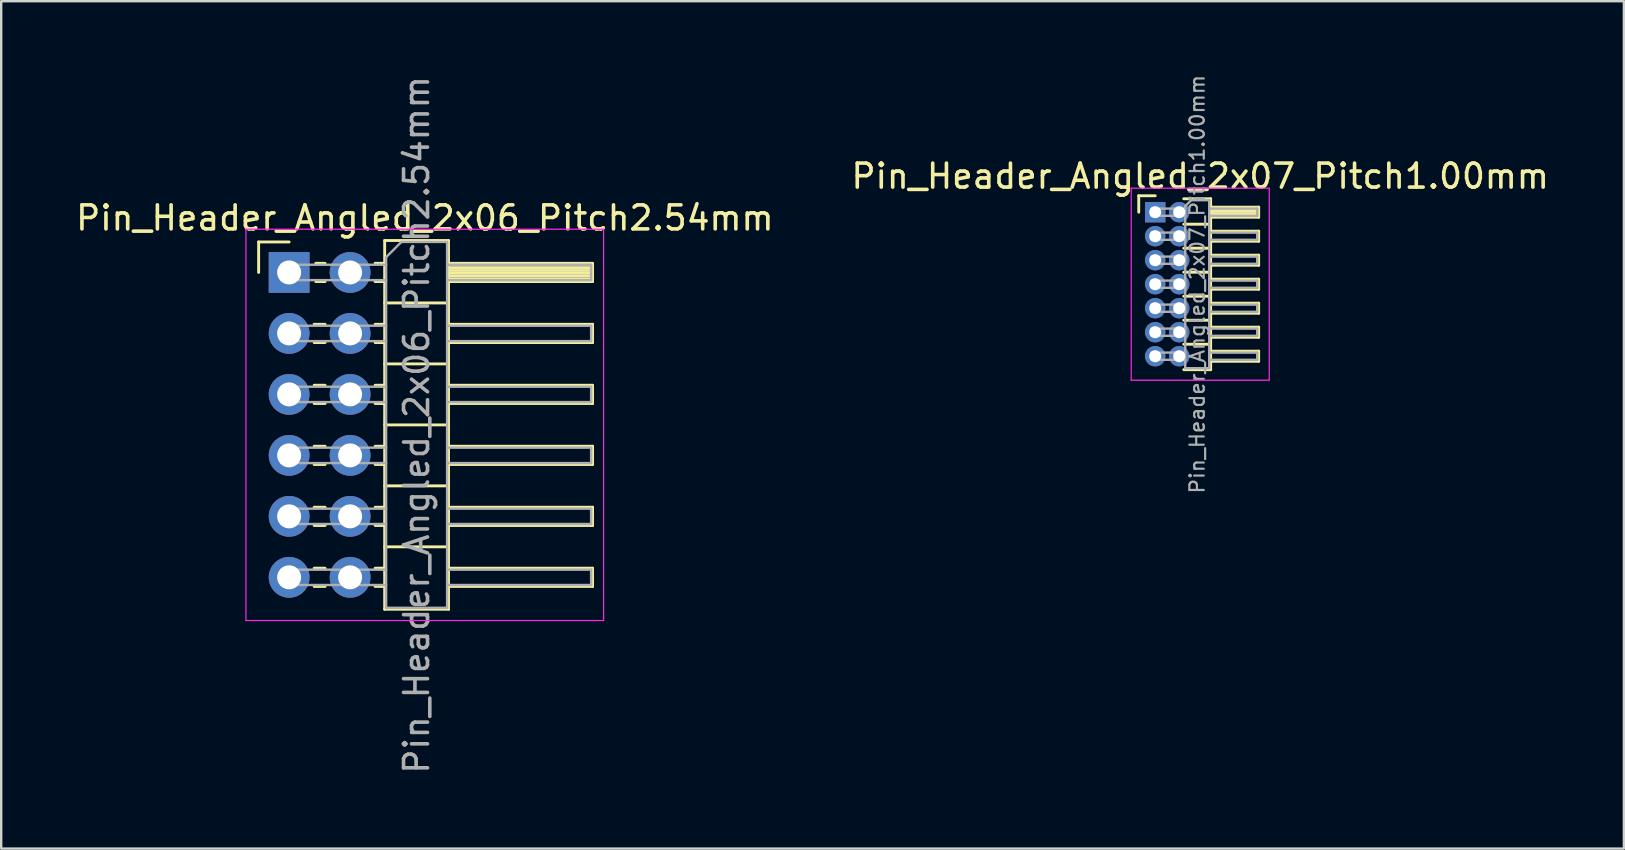
<source format=kicad_pcb>
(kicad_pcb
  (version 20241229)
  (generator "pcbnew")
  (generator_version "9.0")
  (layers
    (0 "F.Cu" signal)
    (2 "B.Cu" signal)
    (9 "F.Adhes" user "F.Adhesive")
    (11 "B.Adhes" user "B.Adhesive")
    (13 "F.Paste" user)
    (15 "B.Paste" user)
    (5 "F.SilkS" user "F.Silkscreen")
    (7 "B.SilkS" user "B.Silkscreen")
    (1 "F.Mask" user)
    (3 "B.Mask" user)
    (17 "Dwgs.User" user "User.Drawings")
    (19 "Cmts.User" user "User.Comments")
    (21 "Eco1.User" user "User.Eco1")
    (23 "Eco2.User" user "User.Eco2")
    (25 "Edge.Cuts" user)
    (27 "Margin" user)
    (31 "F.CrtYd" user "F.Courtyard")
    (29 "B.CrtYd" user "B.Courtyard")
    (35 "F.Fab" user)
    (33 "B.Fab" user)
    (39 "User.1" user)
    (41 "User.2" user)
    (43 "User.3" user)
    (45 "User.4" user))
  (footprint "Pin_Header_Angled_2x07_Pitch1.00mm"
    (layer "F.Cu")
    (at 45.071 5.789)
    (property "Reference" "Pin_Header_Angled_2x07_Pitch1.00mm" (at 1.875 -1.5 0) (layer "F.SilkS") (effects (font (size 1 1) (thickness 0.15))))
    (attr through_hole)
    (fp_line (start -0.685 -0.685) (end 0 -0.685) (stroke (width 0.12) (type solid)) (layer "F.SilkS"))
    (fp_line (start -0.685 0) (end -0.685 -0.685) (stroke (width 0.12) (type solid)) (layer "F.SilkS"))
    (fp_line (start 1.19 -0.56) (end 2.31 -0.56) (stroke (width 0.12) (type solid)) (layer "F.SilkS"))
    (fp_line (start 1.19 0.5) (end 2.31 0.5) (stroke (width 0.12) (type solid)) (layer "F.SilkS"))
    (fp_line (start 1.19 1.5) (end 2.31 1.5) (stroke (width 0.12) (type solid)) (layer "F.SilkS"))
    (fp_line (start 1.19 2.5) (end 2.31 2.5) (stroke (width 0.12) (type solid)) (layer "F.SilkS"))
    (fp_line (start 1.19 3.5) (end 2.31 3.5) (stroke (width 0.12) (type solid)) (layer "F.SilkS"))
    (fp_line (start 1.19 4.5) (end 2.31 4.5) (stroke (width 0.12) (type solid)) (layer "F.SilkS"))
    (fp_line (start 1.19 5.5) (end 2.31 5.5) (stroke (width 0.12) (type solid)) (layer "F.SilkS"))
    (fp_line (start 2.31 -0.56) (end 2.31 6.56) (stroke (width 0.12) (type solid)) (layer "F.SilkS"))
    (fp_line (start 2.31 -0.21) (end 4.31 -0.21) (stroke (width 0.12) (type solid)) (layer "F.SilkS"))
    (fp_line (start 2.31 -0.15) (end 4.31 -0.15) (stroke (width 0.12) (type solid)) (layer "F.SilkS"))
    (fp_line (start 2.31 -0.03) (end 4.31 -0.03) (stroke (width 0.12) (type solid)) (layer "F.SilkS"))
    (fp_line (start 2.31 0.09) (end 4.31 0.09) (stroke (width 0.12) (type solid)) (layer "F.SilkS"))
    (fp_line (start 2.31 0.79) (end 4.31 0.79) (stroke (width 0.12) (type solid)) (layer "F.SilkS"))
    (fp_line (start 2.31 1.79) (end 4.31 1.79) (stroke (width 0.12) (type solid)) (layer "F.SilkS"))
    (fp_line (start 2.31 2.79) (end 4.31 2.79) (stroke (width 0.12) (type solid)) (layer "F.SilkS"))
    (fp_line (start 2.31 3.79) (end 4.31 3.79) (stroke (width 0.12) (type solid)) (layer "F.SilkS"))
    (fp_line (start 2.31 4.79) (end 4.31 4.79) (stroke (width 0.12) (type solid)) (layer "F.SilkS"))
    (fp_line (start 2.31 5.79) (end 4.31 5.79) (stroke (width 0.12) (type solid)) (layer "F.SilkS"))
    (fp_line (start 2.31 6.56) (end 1.19 6.56) (stroke (width 0.12) (type solid)) (layer "F.SilkS"))
    (fp_line (start 4.31 -0.21) (end 4.31 0.21) (stroke (width 0.12) (type solid)) (layer "F.SilkS"))
    (fp_line (start 4.31 0.21) (end 2.31 0.21) (stroke (width 0.12) (type solid)) (layer "F.SilkS"))
    (fp_line (start 4.31 0.79) (end 4.31 1.21) (stroke (width 0.12) (type solid)) (layer "F.SilkS"))
    (fp_line (start 4.31 1.21) (end 2.31 1.21) (stroke (width 0.12) (type solid)) (layer "F.SilkS"))
    (fp_line (start 4.31 1.79) (end 4.31 2.21) (stroke (width 0.12) (type solid)) (layer "F.SilkS"))
    (fp_line (start 4.31 2.21) (end 2.31 2.21) (stroke (width 0.12) (type solid)) (layer "F.SilkS"))
    (fp_line (start 4.31 2.79) (end 4.31 3.21) (stroke (width 0.12) (type solid)) (layer "F.SilkS"))
    (fp_line (start 4.31 3.21) (end 2.31 3.21) (stroke (width 0.12) (type solid)) (layer "F.SilkS"))
    (fp_line (start 4.31 3.79) (end 4.31 4.21) (stroke (width 0.12) (type solid)) (layer "F.SilkS"))
    (fp_line (start 4.31 4.21) (end 2.31 4.21) (stroke (width 0.12) (type solid)) (layer "F.SilkS"))
    (fp_line (start 4.31 4.79) (end 4.31 5.21) (stroke (width 0.12) (type solid)) (layer "F.SilkS"))
    (fp_line (start 4.31 5.21) (end 2.31 5.21) (stroke (width 0.12) (type solid)) (layer "F.SilkS"))
    (fp_line (start 4.31 5.79) (end 4.31 6.21) (stroke (width 0.12) (type solid)) (layer "F.SilkS"))
    (fp_line (start 4.31 6.21) (end 2.31 6.21) (stroke (width 0.12) (type solid)) (layer "F.SilkS"))
    (fp_line (start -1 -1) (end -1 7) (stroke (width 0.05) (type solid)) (layer "F.CrtYd"))
    (fp_line (start -1 7) (end 4.75 7) (stroke (width 0.05) (type solid)) (layer "F.CrtYd"))
    (fp_line (start 4.75 -1) (end -1 -1) (stroke (width 0.05) (type solid)) (layer "F.CrtYd"))
    (fp_line (start 4.75 7) (end 4.75 -1) (stroke (width 0.05) (type solid)) (layer "F.CrtYd"))
    (fp_line (start -0.15 -0.15) (end -0.15 0.15) (stroke (width 0.1) (type solid)) (layer "F.Fab"))
    (fp_line (start -0.15 -0.15) (end 1.25 -0.15) (stroke (width 0.1) (type solid)) (layer "F.Fab"))
    (fp_line (start -0.15 0.15) (end 1.25 0.15) (stroke (width 0.1) (type solid)) (layer "F.Fab"))
    (fp_line (start -0.15 0.85) (end -0.15 1.15) (stroke (width 0.1) (type solid)) (layer "F.Fab"))
    (fp_line (start -0.15 0.85) (end 1.25 0.85) (stroke (width 0.1) (type solid)) (layer "F.Fab"))
    (fp_line (start -0.15 1.15) (end 1.25 1.15) (stroke (width 0.1) (type solid)) (layer "F.Fab"))
    (fp_line (start -0.15 1.85) (end -0.15 2.15) (stroke (width 0.1) (type solid)) (layer "F.Fab"))
    (fp_line (start -0.15 1.85) (end 1.25 1.85) (stroke (width 0.1) (type solid)) (layer "F.Fab"))
    (fp_line (start -0.15 2.15) (end 1.25 2.15) (stroke (width 0.1) (type solid)) (layer "F.Fab"))
    (fp_line (start -0.15 2.85) (end -0.15 3.15) (stroke (width 0.1) (type solid)) (layer "F.Fab"))
    (fp_line (start -0.15 2.85) (end 1.25 2.85) (stroke (width 0.1) (type solid)) (layer "F.Fab"))
    (fp_line (start -0.15 3.15) (end 1.25 3.15) (stroke (width 0.1) (type solid)) (layer "F.Fab"))
    (fp_line (start -0.15 3.85) (end -0.15 4.15) (stroke (width 0.1) (type solid)) (layer "F.Fab"))
    (fp_line (start -0.15 3.85) (end 1.25 3.85) (stroke (width 0.1) (type solid)) (layer "F.Fab"))
    (fp_line (start -0.15 4.15) (end 1.25 4.15) (stroke (width 0.1) (type solid)) (layer "F.Fab"))
    (fp_line (start -0.15 4.85) (end -0.15 5.15) (stroke (width 0.1) (type solid)) (layer "F.Fab"))
    (fp_line (start -0.15 4.85) (end 1.25 4.85) (stroke (width 0.1) (type solid)) (layer "F.Fab"))
    (fp_line (start -0.15 5.15) (end 1.25 5.15) (stroke (width 0.1) (type solid)) (layer "F.Fab"))
    (fp_line (start -0.15 5.85) (end -0.15 6.15) (stroke (width 0.1) (type solid)) (layer "F.Fab"))
    (fp_line (start -0.15 5.85) (end 1.25 5.85) (stroke (width 0.1) (type solid)) (layer "F.Fab"))
    (fp_line (start -0.15 6.15) (end 1.25 6.15) (stroke (width 0.1) (type solid)) (layer "F.Fab"))
    (fp_line (start 1.25 -0.25) (end 1.5 -0.5) (stroke (width 0.1) (type solid)) (layer "F.Fab"))
    (fp_line (start 1.25 6.5) (end 1.25 -0.25) (stroke (width 0.1) (type solid)) (layer "F.Fab"))
    (fp_line (start 1.5 -0.5) (end 2.25 -0.5) (stroke (width 0.1) (type solid)) (layer "F.Fab"))
    (fp_line (start 2.25 -0.5) (end 2.25 6.5) (stroke (width 0.1) (type solid)) (layer "F.Fab"))
    (fp_line (start 2.25 -0.15) (end 4.25 -0.15) (stroke (width 0.1) (type solid)) (layer "F.Fab"))
    (fp_line (start 2.25 0.15) (end 4.25 0.15) (stroke (width 0.1) (type solid)) (layer "F.Fab"))
    (fp_line (start 2.25 0.85) (end 4.25 0.85) (stroke (width 0.1) (type solid)) (layer "F.Fab"))
    (fp_line (start 2.25 1.15) (end 4.25 1.15) (stroke (width 0.1) (type solid)) (layer "F.Fab"))
    (fp_line (start 2.25 1.85) (end 4.25 1.85) (stroke (width 0.1) (type solid)) (layer "F.Fab"))
    (fp_line (start 2.25 2.15) (end 4.25 2.15) (stroke (width 0.1) (type solid)) (layer "F.Fab"))
    (fp_line (start 2.25 2.85) (end 4.25 2.85) (stroke (width 0.1) (type solid)) (layer "F.Fab"))
    (fp_line (start 2.25 3.15) (end 4.25 3.15) (stroke (width 0.1) (type solid)) (layer "F.Fab"))
    (fp_line (start 2.25 3.85) (end 4.25 3.85) (stroke (width 0.1) (type solid)) (layer "F.Fab"))
    (fp_line (start 2.25 4.15) (end 4.25 4.15) (stroke (width 0.1) (type solid)) (layer "F.Fab"))
    (fp_line (start 2.25 4.85) (end 4.25 4.85) (stroke (width 0.1) (type solid)) (layer "F.Fab"))
    (fp_line (start 2.25 5.15) (end 4.25 5.15) (stroke (width 0.1) (type solid)) (layer "F.Fab"))
    (fp_line (start 2.25 5.85) (end 4.25 5.85) (stroke (width 0.1) (type solid)) (layer "F.Fab"))
    (fp_line (start 2.25 6.15) (end 4.25 6.15) (stroke (width 0.1) (type solid)) (layer "F.Fab"))
    (fp_line (start 2.25 6.5) (end 1.25 6.5) (stroke (width 0.1) (type solid)) (layer "F.Fab"))
    (fp_line (start 4.25 -0.15) (end 4.25 0.15) (stroke (width 0.1) (type solid)) (layer "F.Fab"))
    (fp_line (start 4.25 0.85) (end 4.25 1.15) (stroke (width 0.1) (type solid)) (layer "F.Fab"))
    (fp_line (start 4.25 1.85) (end 4.25 2.15) (stroke (width 0.1) (type solid)) (layer "F.Fab"))
    (fp_line (start 4.25 2.85) (end 4.25 3.15) (stroke (width 0.1) (type solid)) (layer "F.Fab"))
    (fp_line (start 4.25 3.85) (end 4.25 4.15) (stroke (width 0.1) (type solid)) (layer "F.Fab"))
    (fp_line (start 4.25 4.85) (end 4.25 5.15) (stroke (width 0.1) (type solid)) (layer "F.Fab"))
    (fp_line (start 4.25 5.85) (end 4.25 6.15) (stroke (width 0.1) (type solid)) (layer "F.Fab"))
    (fp_text user "${REFERENCE}" (at 1.75 3 90) (layer "F.Fab") (effects (font (size 0.6 0.6) (thickness 0.09))))
    (pad "1" thru_hole rect (at 0 0) (size 0.85 0.85) (drill 0.5) (layers "*.Cu" "*.Mask"))
    (pad "2" thru_hole oval (at 1 0) (size 0.85 0.85) (drill 0.5) (layers "*.Cu" "*.Mask"))
    (pad "3" thru_hole oval (at 0 1) (size 0.85 0.85) (drill 0.5) (layers "*.Cu" "*.Mask"))
    (pad "4" thru_hole oval (at 1 1) (size 0.85 0.85) (drill 0.5) (layers "*.Cu" "*.Mask"))
    (pad "5" thru_hole oval (at 0 2) (size 0.85 0.85) (drill 0.5) (layers "*.Cu" "*.Mask"))
    (pad "6" thru_hole oval (at 1 2) (size 0.85 0.85) (drill 0.5) (layers "*.Cu" "*.Mask"))
    (pad "7" thru_hole oval (at 0 3) (size 0.85 0.85) (drill 0.5) (layers "*.Cu" "*.Mask"))
    (pad "8" thru_hole oval (at 1 3) (size 0.85 0.85) (drill 0.5) (layers "*.Cu" "*.Mask"))
    (pad "9" thru_hole oval (at 0 4) (size 0.85 0.85) (drill 0.5) (layers "*.Cu" "*.Mask"))
    (pad "10" thru_hole oval (at 1 4) (size 0.85 0.85) (drill 0.5) (layers "*.Cu" "*.Mask"))
    (pad "11" thru_hole oval (at 0 5) (size 0.85 0.85) (drill 0.5) (layers "*.Cu" "*.Mask"))
    (pad "12" thru_hole oval (at 1 5) (size 0.85 0.85) (drill 0.5) (layers "*.Cu" "*.Mask"))
    (pad "13" thru_hole oval (at 0 6) (size 0.85 0.85) (drill 0.5) (layers "*.Cu" "*.Mask"))
    (pad "14" thru_hole oval (at 1 6) (size 0.85 0.85) (drill 0.5) (layers "*.Cu" "*.Mask")))
  (footprint "Pin_Header_Angled_2x06_Pitch2.54mm"
    (layer "F.Cu")
    (at 8.994 8.299)
    (property "Reference" "Pin_Header_Angled_2x06_Pitch2.54mm" (at 5.655 -2.27 0) (layer "F.SilkS") (effects (font (size 1 1) (thickness 0.15))))
    (attr through_hole)
    (fp_line (start -1.27 -1.27) (end 0 -1.27) (stroke (width 0.12) (type solid)) (layer "F.SilkS"))
    (fp_line (start -1.27 0) (end -1.27 -1.27) (stroke (width 0.12) (type solid)) (layer "F.SilkS"))
    (fp_line (start 1.043 2.16) (end 1.497 2.16) (stroke (width 0.12) (type solid)) (layer "F.SilkS"))
    (fp_line (start 1.043 2.92) (end 1.497 2.92) (stroke (width 0.12) (type solid)) (layer "F.SilkS"))
    (fp_line (start 1.043 4.7) (end 1.497 4.7) (stroke (width 0.12) (type solid)) (layer "F.SilkS"))
    (fp_line (start 1.043 5.46) (end 1.497 5.46) (stroke (width 0.12) (type solid)) (layer "F.SilkS"))
    (fp_line (start 1.043 7.24) (end 1.497 7.24) (stroke (width 0.12) (type solid)) (layer "F.SilkS"))
    (fp_line (start 1.043 8) (end 1.497 8) (stroke (width 0.12) (type solid)) (layer "F.SilkS"))
    (fp_line (start 1.043 9.78) (end 1.497 9.78) (stroke (width 0.12) (type solid)) (layer "F.SilkS"))
    (fp_line (start 1.043 10.54) (end 1.497 10.54) (stroke (width 0.12) (type solid)) (layer "F.SilkS"))
    (fp_line (start 1.043 12.32) (end 1.497 12.32) (stroke (width 0.12) (type solid)) (layer "F.SilkS"))
    (fp_line (start 1.043 13.08) (end 1.497 13.08) (stroke (width 0.12) (type solid)) (layer "F.SilkS"))
    (fp_line (start 1.11 -0.38) (end 1.497 -0.38) (stroke (width 0.12) (type solid)) (layer "F.SilkS"))
    (fp_line (start 1.11 0.38) (end 1.497 0.38) (stroke (width 0.12) (type solid)) (layer "F.SilkS"))
    (fp_line (start 3.583 -0.38) (end 3.98 -0.38) (stroke (width 0.12) (type solid)) (layer "F.SilkS"))
    (fp_line (start 3.583 0.38) (end 3.98 0.38) (stroke (width 0.12) (type solid)) (layer "F.SilkS"))
    (fp_line (start 3.583 2.16) (end 3.98 2.16) (stroke (width 0.12) (type solid)) (layer "F.SilkS"))
    (fp_line (start 3.583 2.92) (end 3.98 2.92) (stroke (width 0.12) (type solid)) (layer "F.SilkS"))
    (fp_line (start 3.583 4.7) (end 3.98 4.7) (stroke (width 0.12) (type solid)) (layer "F.SilkS"))
    (fp_line (start 3.583 5.46) (end 3.98 5.46) (stroke (width 0.12) (type solid)) (layer "F.SilkS"))
    (fp_line (start 3.583 7.24) (end 3.98 7.24) (stroke (width 0.12) (type solid)) (layer "F.SilkS"))
    (fp_line (start 3.583 8) (end 3.98 8) (stroke (width 0.12) (type solid)) (layer "F.SilkS"))
    (fp_line (start 3.583 9.78) (end 3.98 9.78) (stroke (width 0.12) (type solid)) (layer "F.SilkS"))
    (fp_line (start 3.583 10.54) (end 3.98 10.54) (stroke (width 0.12) (type solid)) (layer "F.SilkS"))
    (fp_line (start 3.583 12.32) (end 3.98 12.32) (stroke (width 0.12) (type solid)) (layer "F.SilkS"))
    (fp_line (start 3.583 13.08) (end 3.98 13.08) (stroke (width 0.12) (type solid)) (layer "F.SilkS"))
    (fp_line (start 3.98 -1.33) (end 3.98 14.03) (stroke (width 0.12) (type solid)) (layer "F.SilkS"))
    (fp_line (start 3.98 1.27) (end 6.64 1.27) (stroke (width 0.12) (type solid)) (layer "F.SilkS"))
    (fp_line (start 3.98 3.81) (end 6.64 3.81) (stroke (width 0.12) (type solid)) (layer "F.SilkS"))
    (fp_line (start 3.98 6.35) (end 6.64 6.35) (stroke (width 0.12) (type solid)) (layer "F.SilkS"))
    (fp_line (start 3.98 8.89) (end 6.64 8.89) (stroke (width 0.12) (type solid)) (layer "F.SilkS"))
    (fp_line (start 3.98 11.43) (end 6.64 11.43) (stroke (width 0.12) (type solid)) (layer "F.SilkS"))
    (fp_line (start 3.98 14.03) (end 6.64 14.03) (stroke (width 0.12) (type solid)) (layer "F.SilkS"))
    (fp_line (start 6.64 -1.33) (end 3.98 -1.33) (stroke (width 0.12) (type solid)) (layer "F.SilkS"))
    (fp_line (start 6.64 -0.38) (end 12.64 -0.38) (stroke (width 0.12) (type solid)) (layer "F.SilkS"))
    (fp_line (start 6.64 -0.32) (end 12.64 -0.32) (stroke (width 0.12) (type solid)) (layer "F.SilkS"))
    (fp_line (start 6.64 -0.2) (end 12.64 -0.2) (stroke (width 0.12) (type solid)) (layer "F.SilkS"))
    (fp_line (start 6.64 -0.08) (end 12.64 -0.08) (stroke (width 0.12) (type solid)) (layer "F.SilkS"))
    (fp_line (start 6.64 0.04) (end 12.64 0.04) (stroke (width 0.12) (type solid)) (layer "F.SilkS"))
    (fp_line (start 6.64 0.16) (end 12.64 0.16) (stroke (width 0.12) (type solid)) (layer "F.SilkS"))
    (fp_line (start 6.64 0.28) (end 12.64 0.28) (stroke (width 0.12) (type solid)) (layer "F.SilkS"))
    (fp_line (start 6.64 2.16) (end 12.64 2.16) (stroke (width 0.12) (type solid)) (layer "F.SilkS"))
    (fp_line (start 6.64 4.7) (end 12.64 4.7) (stroke (width 0.12) (type solid)) (layer "F.SilkS"))
    (fp_line (start 6.64 7.24) (end 12.64 7.24) (stroke (width 0.12) (type solid)) (layer "F.SilkS"))
    (fp_line (start 6.64 9.78) (end 12.64 9.78) (stroke (width 0.12) (type solid)) (layer "F.SilkS"))
    (fp_line (start 6.64 12.32) (end 12.64 12.32) (stroke (width 0.12) (type solid)) (layer "F.SilkS"))
    (fp_line (start 6.64 14.03) (end 6.64 -1.33) (stroke (width 0.12) (type solid)) (layer "F.SilkS"))
    (fp_line (start 12.64 -0.38) (end 12.64 0.38) (stroke (width 0.12) (type solid)) (layer "F.SilkS"))
    (fp_line (start 12.64 0.38) (end 6.64 0.38) (stroke (width 0.12) (type solid)) (layer "F.SilkS"))
    (fp_line (start 12.64 2.16) (end 12.64 2.92) (stroke (width 0.12) (type solid)) (layer "F.SilkS"))
    (fp_line (start 12.64 2.92) (end 6.64 2.92) (stroke (width 0.12) (type solid)) (layer "F.SilkS"))
    (fp_line (start 12.64 4.7) (end 12.64 5.46) (stroke (width 0.12) (type solid)) (layer "F.SilkS"))
    (fp_line (start 12.64 5.46) (end 6.64 5.46) (stroke (width 0.12) (type solid)) (layer "F.SilkS"))
    (fp_line (start 12.64 7.24) (end 12.64 8) (stroke (width 0.12) (type solid)) (layer "F.SilkS"))
    (fp_line (start 12.64 8) (end 6.64 8) (stroke (width 0.12) (type solid)) (layer "F.SilkS"))
    (fp_line (start 12.64 9.78) (end 12.64 10.54) (stroke (width 0.12) (type solid)) (layer "F.SilkS"))
    (fp_line (start 12.64 10.54) (end 6.64 10.54) (stroke (width 0.12) (type solid)) (layer "F.SilkS"))
    (fp_line (start 12.64 12.32) (end 12.64 13.08) (stroke (width 0.12) (type solid)) (layer "F.SilkS"))
    (fp_line (start 12.64 13.08) (end 6.64 13.08) (stroke (width 0.12) (type solid)) (layer "F.SilkS"))
    (fp_line (start -1.8 -1.8) (end -1.8 14.5) (stroke (width 0.05) (type solid)) (layer "F.CrtYd"))
    (fp_line (start -1.8 14.5) (end 13.1 14.5) (stroke (width 0.05) (type solid)) (layer "F.CrtYd"))
    (fp_line (start 13.1 -1.8) (end -1.8 -1.8) (stroke (width 0.05) (type solid)) (layer "F.CrtYd"))
    (fp_line (start 13.1 14.5) (end 13.1 -1.8) (stroke (width 0.05) (type solid)) (layer "F.CrtYd"))
    (fp_line (start -0.32 -0.32) (end -0.32 0.32) (stroke (width 0.1) (type solid)) (layer "F.Fab"))
    (fp_line (start -0.32 -0.32) (end 4.04 -0.32) (stroke (width 0.1) (type solid)) (layer "F.Fab"))
    (fp_line (start -0.32 0.32) (end 4.04 0.32) (stroke (width 0.1) (type solid)) (layer "F.Fab"))
    (fp_line (start -0.32 2.22) (end -0.32 2.86) (stroke (width 0.1) (type solid)) (layer "F.Fab"))
    (fp_line (start -0.32 2.22) (end 4.04 2.22) (stroke (width 0.1) (type solid)) (layer "F.Fab"))
    (fp_line (start -0.32 2.86) (end 4.04 2.86) (stroke (width 0.1) (type solid)) (layer "F.Fab"))
    (fp_line (start -0.32 4.76) (end -0.32 5.4) (stroke (width 0.1) (type solid)) (layer "F.Fab"))
    (fp_line (start -0.32 4.76) (end 4.04 4.76) (stroke (width 0.1) (type solid)) (layer "F.Fab"))
    (fp_line (start -0.32 5.4) (end 4.04 5.4) (stroke (width 0.1) (type solid)) (layer "F.Fab"))
    (fp_line (start -0.32 7.3) (end -0.32 7.94) (stroke (width 0.1) (type solid)) (layer "F.Fab"))
    (fp_line (start -0.32 7.3) (end 4.04 7.3) (stroke (width 0.1) (type solid)) (layer "F.Fab"))
    (fp_line (start -0.32 7.94) (end 4.04 7.94) (stroke (width 0.1) (type solid)) (layer "F.Fab"))
    (fp_line (start -0.32 9.84) (end -0.32 10.48) (stroke (width 0.1) (type solid)) (layer "F.Fab"))
    (fp_line (start -0.32 9.84) (end 4.04 9.84) (stroke (width 0.1) (type solid)) (layer "F.Fab"))
    (fp_line (start -0.32 10.48) (end 4.04 10.48) (stroke (width 0.1) (type solid)) (layer "F.Fab"))
    (fp_line (start -0.32 12.38) (end -0.32 13.02) (stroke (width 0.1) (type solid)) (layer "F.Fab"))
    (fp_line (start -0.32 12.38) (end 4.04 12.38) (stroke (width 0.1) (type solid)) (layer "F.Fab"))
    (fp_line (start -0.32 13.02) (end 4.04 13.02) (stroke (width 0.1) (type solid)) (layer "F.Fab"))
    (fp_line (start 4.04 -0.635) (end 4.675 -1.27) (stroke (width 0.1) (type solid)) (layer "F.Fab"))
    (fp_line (start 4.04 13.97) (end 4.04 -0.635) (stroke (width 0.1) (type solid)) (layer "F.Fab"))
    (fp_line (start 4.675 -1.27) (end 6.58 -1.27) (stroke (width 0.1) (type solid)) (layer "F.Fab"))
    (fp_line (start 6.58 -1.27) (end 6.58 13.97) (stroke (width 0.1) (type solid)) (layer "F.Fab"))
    (fp_line (start 6.58 -0.32) (end 12.58 -0.32) (stroke (width 0.1) (type solid)) (layer "F.Fab"))
    (fp_line (start 6.58 0.32) (end 12.58 0.32) (stroke (width 0.1) (type solid)) (layer "F.Fab"))
    (fp_line (start 6.58 2.22) (end 12.58 2.22) (stroke (width 0.1) (type solid)) (layer "F.Fab"))
    (fp_line (start 6.58 2.86) (end 12.58 2.86) (stroke (width 0.1) (type solid)) (layer "F.Fab"))
    (fp_line (start 6.58 4.76) (end 12.58 4.76) (stroke (width 0.1) (type solid)) (layer "F.Fab"))
    (fp_line (start 6.58 5.4) (end 12.58 5.4) (stroke (width 0.1) (type solid)) (layer "F.Fab"))
    (fp_line (start 6.58 7.3) (end 12.58 7.3) (stroke (width 0.1) (type solid)) (layer "F.Fab"))
    (fp_line (start 6.58 7.94) (end 12.58 7.94) (stroke (width 0.1) (type solid)) (layer "F.Fab"))
    (fp_line (start 6.58 9.84) (end 12.58 9.84) (stroke (width 0.1) (type solid)) (layer "F.Fab"))
    (fp_line (start 6.58 10.48) (end 12.58 10.48) (stroke (width 0.1) (type solid)) (layer "F.Fab"))
    (fp_line (start 6.58 12.38) (end 12.58 12.38) (stroke (width 0.1) (type solid)) (layer "F.Fab"))
    (fp_line (start 6.58 13.02) (end 12.58 13.02) (stroke (width 0.1) (type solid)) (layer "F.Fab"))
    (fp_line (start 6.58 13.97) (end 4.04 13.97) (stroke (width 0.1) (type solid)) (layer "F.Fab"))
    (fp_line (start 12.58 -0.32) (end 12.58 0.32) (stroke (width 0.1) (type solid)) (layer "F.Fab"))
    (fp_line (start 12.58 2.22) (end 12.58 2.86) (stroke (width 0.1) (type solid)) (layer "F.Fab"))
    (fp_line (start 12.58 4.76) (end 12.58 5.4) (stroke (width 0.1) (type solid)) (layer "F.Fab"))
    (fp_line (start 12.58 7.3) (end 12.58 7.94) (stroke (width 0.1) (type solid)) (layer "F.Fab"))
    (fp_line (start 12.58 9.84) (end 12.58 10.48) (stroke (width 0.1) (type solid)) (layer "F.Fab"))
    (fp_line (start 12.58 12.38) (end 12.58 13.02) (stroke (width 0.1) (type solid)) (layer "F.Fab"))
    (fp_text user "${REFERENCE}" (at 5.31 6.35 90) (layer "F.Fab") (effects (font (size 1 1) (thickness 0.15))))
    (pad "1" thru_hole rect (at 0 0) (size 1.7 1.7) (drill 1) (layers "*.Cu" "*.Mask"))
    (pad "2" thru_hole oval (at 2.54 0) (size 1.7 1.7) (drill 1) (layers "*.Cu" "*.Mask"))
    (pad "3" thru_hole oval (at 0 2.54) (size 1.7 1.7) (drill 1) (layers "*.Cu" "*.Mask"))
    (pad "4" thru_hole oval (at 2.54 2.54) (size 1.7 1.7) (drill 1) (layers "*.Cu" "*.Mask"))
    (pad "5" thru_hole oval (at 0 5.08) (size 1.7 1.7) (drill 1) (layers "*.Cu" "*.Mask"))
    (pad "6" thru_hole oval (at 2.54 5.08) (size 1.7 1.7) (drill 1) (layers "*.Cu" "*.Mask"))
    (pad "7" thru_hole oval (at 0 7.62) (size 1.7 1.7) (drill 1) (layers "*.Cu" "*.Mask"))
    (pad "8" thru_hole oval (at 2.54 7.62) (size 1.7 1.7) (drill 1) (layers "*.Cu" "*.Mask"))
    (pad "9" thru_hole oval (at 0 10.16) (size 1.7 1.7) (drill 1) (layers "*.Cu" "*.Mask"))
    (pad "10" thru_hole oval (at 2.54 10.16) (size 1.7 1.7) (drill 1) (layers "*.Cu" "*.Mask"))
    (pad "11" thru_hole oval (at 0 12.7) (size 1.7 1.7) (drill 1) (layers "*.Cu" "*.Mask"))
    (pad "12" thru_hole oval (at 2.54 12.7) (size 1.7 1.7) (drill 1) (layers "*.Cu" "*.Mask")))
  (gr_rect
    (start -3 -3)
    (end 64.595 32.298)
    (stroke (width 0.1) (type default))
    (fill no)
    (layer "Edge.Cuts")))
</source>
